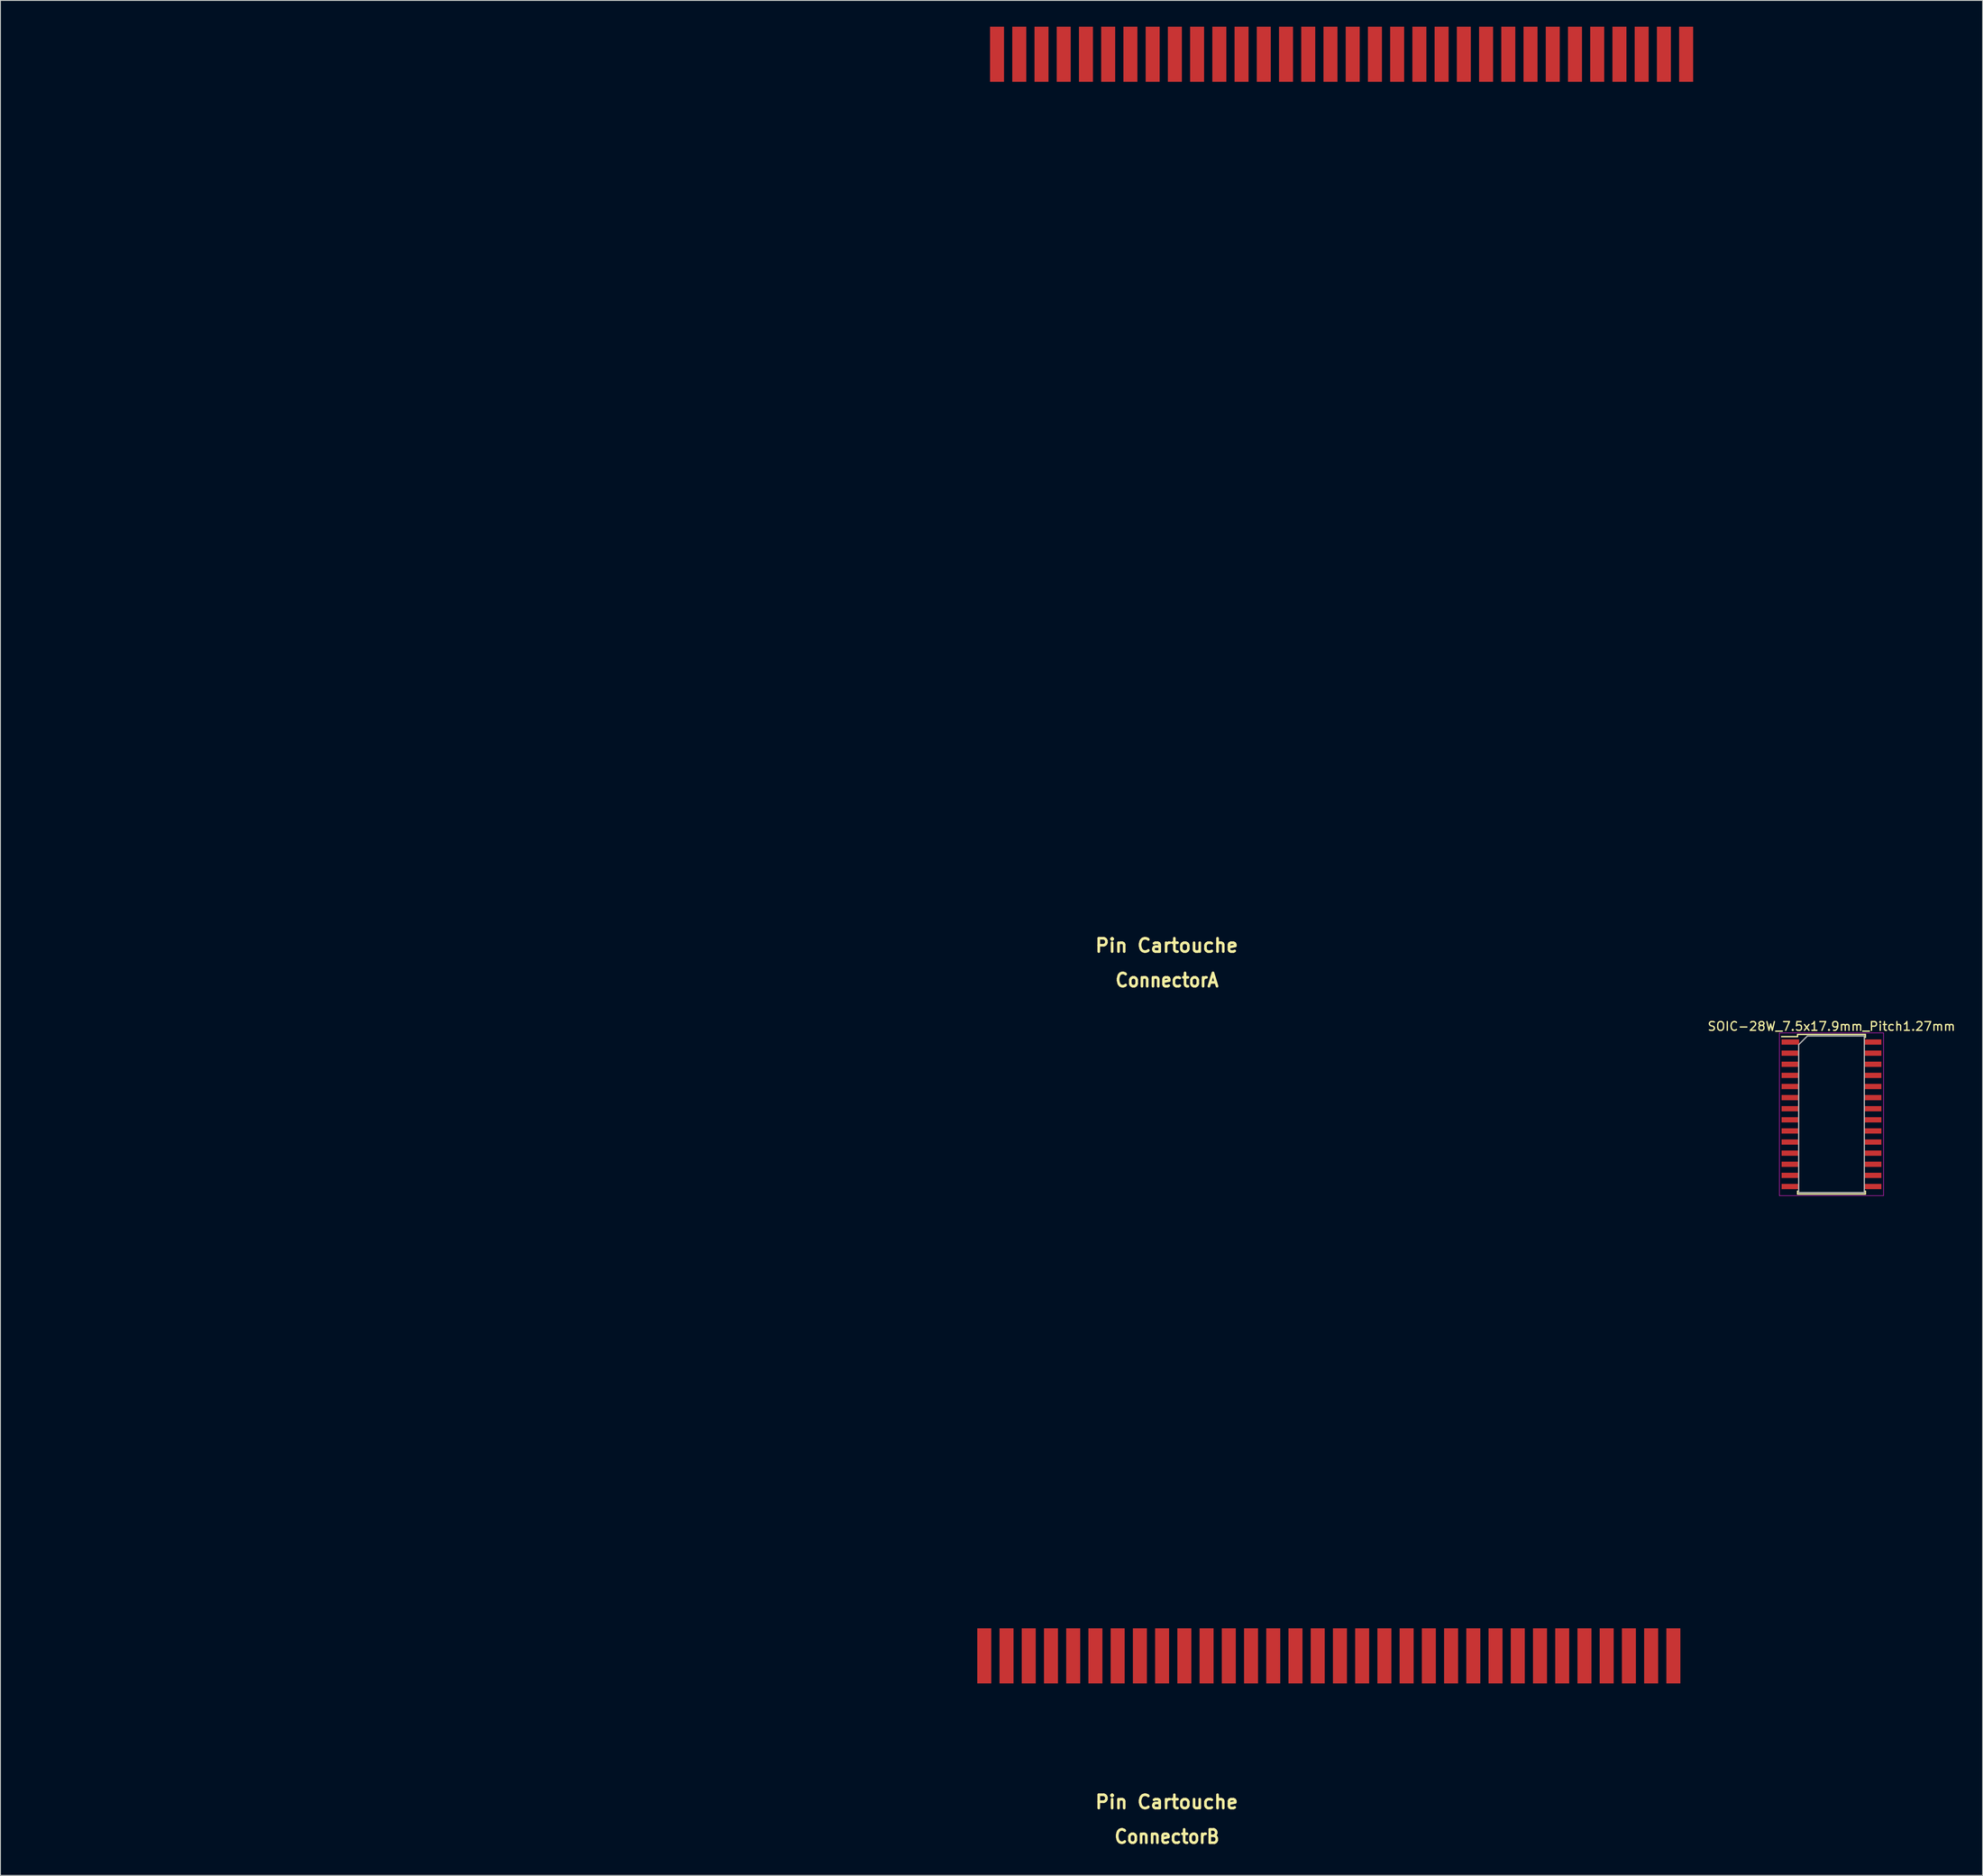
<source format=kicad_pcb>
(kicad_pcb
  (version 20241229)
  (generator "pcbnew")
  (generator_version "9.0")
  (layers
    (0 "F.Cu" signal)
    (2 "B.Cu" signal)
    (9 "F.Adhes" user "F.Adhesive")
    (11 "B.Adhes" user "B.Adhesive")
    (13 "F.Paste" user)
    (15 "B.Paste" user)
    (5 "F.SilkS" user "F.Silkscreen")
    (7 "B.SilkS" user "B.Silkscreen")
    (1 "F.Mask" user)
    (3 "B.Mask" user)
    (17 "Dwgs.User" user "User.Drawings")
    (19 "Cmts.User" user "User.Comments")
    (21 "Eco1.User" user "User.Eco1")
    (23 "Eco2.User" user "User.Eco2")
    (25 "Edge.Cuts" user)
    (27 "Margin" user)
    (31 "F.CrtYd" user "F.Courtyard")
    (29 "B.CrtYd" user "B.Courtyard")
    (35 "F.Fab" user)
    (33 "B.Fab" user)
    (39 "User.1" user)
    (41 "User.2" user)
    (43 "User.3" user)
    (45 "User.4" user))
  (footprint "ConnectorB"
    (layer "F.Cu")
    (at 0.25 113.663)
    (property "Reference" "ConnectorB" (at 130.048 93.218 0) (layer "F.SilkS") (effects (font (size 1.524 1.397) (thickness 0.305))))
    (attr smd)
    (fp_text user "Pin Cartouche" (at 130.02 89.258 0) (layer "F.SilkS") (effects (font (size 1.524 1.524) (thickness 0.305))))
    (pad "1" smd rect (at 109.172 72.55) (size 1.6 6.299) (layers "F.Cu" "F.Mask" "F.Paste"))
    (pad "2" smd rect (at 111.712 72.55) (size 1.6 6.299) (layers "F.Cu" "F.Mask" "F.Paste"))
    (pad "3" smd rect (at 114.252 72.55) (size 1.6 6.299) (layers "F.Cu" "F.Mask" "F.Paste"))
    (pad "4" smd rect (at 116.792 72.55) (size 1.6 6.299) (layers "F.Cu" "F.Mask" "F.Paste"))
    (pad "5" smd rect (at 119.332 72.55) (size 1.6 6.299) (layers "F.Cu" "F.Mask" "F.Paste"))
    (pad "6" smd rect (at 121.872 72.55) (size 1.6 6.299) (layers "F.Cu" "F.Mask" "F.Paste"))
    (pad "7" smd rect (at 124.412 72.55) (size 1.6 6.299) (layers "F.Cu" "F.Mask" "F.Paste"))
    (pad "8" smd rect (at 126.952 72.55) (size 1.6 6.299) (layers "F.Cu" "F.Mask" "F.Paste"))
    (pad "9" smd rect (at 129.492 72.55) (size 1.6 6.299) (layers "F.Cu" "F.Mask" "F.Paste"))
    (pad "10" smd rect (at 132.032 72.55) (size 1.6 6.299) (layers "F.Cu" "F.Mask" "F.Paste"))
    (pad "11" smd rect (at 134.572 72.55) (size 1.6 6.299) (layers "F.Cu" "F.Mask" "F.Paste"))
    (pad "12" smd rect (at 137.112 72.55) (size 1.6 6.299) (layers "F.Cu" "F.Mask" "F.Paste"))
    (pad "13" smd rect (at 139.652 72.55) (size 1.6 6.299) (layers "F.Cu" "F.Mask" "F.Paste"))
    (pad "14" smd rect (at 142.192 72.55) (size 1.6 6.299) (layers "F.Cu" "F.Mask" "F.Paste"))
    (pad "15" smd rect (at 144.732 72.55) (size 1.6 6.299) (layers "F.Cu" "F.Mask" "F.Paste"))
    (pad "16" smd rect (at 147.272 72.55) (size 1.6 6.299) (layers "F.Cu" "F.Mask" "F.Paste"))
    (pad "17" smd rect (at 149.812 72.55) (size 1.6 6.299) (layers "F.Cu" "F.Mask" "F.Paste"))
    (pad "18" smd rect (at 152.352 72.55) (size 1.6 6.299) (layers "F.Cu" "F.Mask" "F.Paste"))
    (pad "19" smd rect (at 154.892 72.55) (size 1.6 6.299) (layers "F.Cu" "F.Mask" "F.Paste"))
    (pad "20" smd rect (at 157.432 72.55) (size 1.6 6.299) (layers "F.Cu" "F.Mask" "F.Paste"))
    (pad "21" smd rect (at 159.972 72.55) (size 1.6 6.299) (layers "F.Cu" "F.Mask" "F.Paste"))
    (pad "22" smd rect (at 162.512 72.55) (size 1.6 6.299) (layers "F.Cu" "F.Mask" "F.Paste"))
    (pad "23" smd rect (at 165.052 72.55) (size 1.6 6.299) (layers "F.Cu" "F.Mask" "F.Paste"))
    (pad "24" smd rect (at 167.592 72.55) (size 1.6 6.299) (layers "F.Cu" "F.Mask" "F.Paste"))
    (pad "25" smd rect (at 170.132 72.55) (size 1.6 6.299) (layers "F.Cu" "F.Mask" "F.Paste"))
    (pad "26" smd rect (at 172.672 72.55) (size 1.6 6.299) (layers "F.Cu" "F.Mask" "F.Paste"))
    (pad "27" smd rect (at 175.212 72.55) (size 1.6 6.299) (layers "F.Cu" "F.Mask" "F.Paste"))
    (pad "28" smd rect (at 177.752 72.55) (size 1.6 6.299) (layers "F.Cu" "F.Mask" "F.Paste"))
    (pad "29" smd rect (at 180.292 72.55) (size 1.6 6.299) (layers "F.Cu" "F.Mask" "F.Paste"))
    (pad "30" smd rect (at 182.832 72.55) (size 1.6 6.299) (layers "F.Cu" "F.Mask" "F.Paste"))
    (pad "31" smd rect (at 185.372 72.55) (size 1.6 6.299) (layers "F.Cu" "F.Mask" "F.Paste"))
    (pad "32" smd rect (at 187.912 72.55) (size 1.6 6.299) (layers "F.Cu" "F.Mask" "F.Paste")))
  (footprint "ConnectorA"
    (layer "F.Cu")
    (at 0.25 15.768)
    (property "Reference" "ConnectorA" (at 130.048 93.218 0) (layer "F.SilkS") (effects (font (size 1.524 1.397) (thickness 0.305))))
    (attr smd)
    (fp_text user "Pin Cartouche" (at 130.02 89.258 0) (layer "F.SilkS") (effects (font (size 1.524 1.524) (thickness 0.305))))
    (pad "1" smd rect (at 110.63 -12.619) (size 1.6 6.299) (layers "F.Cu" "F.Mask" "F.Paste"))
    (pad "2" smd rect (at 113.17 -12.619) (size 1.6 6.299) (layers "F.Cu" "F.Mask" "F.Paste"))
    (pad "3" smd rect (at 115.71 -12.619) (size 1.6 6.299) (layers "F.Cu" "F.Mask" "F.Paste"))
    (pad "4" smd rect (at 118.25 -12.619) (size 1.6 6.299) (layers "F.Cu" "F.Mask" "F.Paste"))
    (pad "5" smd rect (at 120.79 -12.619) (size 1.6 6.299) (layers "F.Cu" "F.Mask" "F.Paste"))
    (pad "6" smd rect (at 123.33 -12.619) (size 1.6 6.299) (layers "F.Cu" "F.Mask" "F.Paste"))
    (pad "7" smd rect (at 125.87 -12.619) (size 1.6 6.299) (layers "F.Cu" "F.Mask" "F.Paste"))
    (pad "8" smd rect (at 128.41 -12.619) (size 1.6 6.299) (layers "F.Cu" "F.Mask" "F.Paste"))
    (pad "9" smd rect (at 130.95 -12.619) (size 1.6 6.299) (layers "F.Cu" "F.Mask" "F.Paste"))
    (pad "10" smd rect (at 133.49 -12.619) (size 1.6 6.299) (layers "F.Cu" "F.Mask" "F.Paste"))
    (pad "11" smd rect (at 136.03 -12.619) (size 1.6 6.299) (layers "F.Cu" "F.Mask" "F.Paste"))
    (pad "12" smd rect (at 138.57 -12.619) (size 1.6 6.299) (layers "F.Cu" "F.Mask" "F.Paste"))
    (pad "13" smd rect (at 141.11 -12.619) (size 1.6 6.299) (layers "F.Cu" "F.Mask" "F.Paste"))
    (pad "14" smd rect (at 143.65 -12.619) (size 1.6 6.299) (layers "F.Cu" "F.Mask" "F.Paste"))
    (pad "15" smd rect (at 146.19 -12.619) (size 1.6 6.299) (layers "F.Cu" "F.Mask" "F.Paste"))
    (pad "16" smd rect (at 148.73 -12.619) (size 1.6 6.299) (layers "F.Cu" "F.Mask" "F.Paste"))
    (pad "17" smd rect (at 151.27 -12.619) (size 1.6 6.299) (layers "F.Cu" "F.Mask" "F.Paste"))
    (pad "18" smd rect (at 153.81 -12.619) (size 1.6 6.299) (layers "F.Cu" "F.Mask" "F.Paste"))
    (pad "19" smd rect (at 156.35 -12.619) (size 1.6 6.299) (layers "F.Cu" "F.Mask" "F.Paste"))
    (pad "20" smd rect (at 158.89 -12.619) (size 1.6 6.299) (layers "F.Cu" "F.Mask" "F.Paste"))
    (pad "21" smd rect (at 161.43 -12.619) (size 1.6 6.299) (layers "F.Cu" "F.Mask" "F.Paste"))
    (pad "22" smd rect (at 163.97 -12.619) (size 1.6 6.299) (layers "F.Cu" "F.Mask" "F.Paste"))
    (pad "23" smd rect (at 166.51 -12.619) (size 1.6 6.299) (layers "F.Cu" "F.Mask" "F.Paste"))
    (pad "24" smd rect (at 169.05 -12.619) (size 1.6 6.299) (layers "F.Cu" "F.Mask" "F.Paste"))
    (pad "25" smd rect (at 171.59 -12.619) (size 1.6 6.299) (layers "F.Cu" "F.Mask" "F.Paste"))
    (pad "26" smd rect (at 174.13 -12.619) (size 1.6 6.299) (layers "F.Cu" "F.Mask" "F.Paste"))
    (pad "27" smd rect (at 176.67 -12.619) (size 1.6 6.299) (layers "F.Cu" "F.Mask" "F.Paste"))
    (pad "28" smd rect (at 179.21 -12.619) (size 1.6 6.299) (layers "F.Cu" "F.Mask" "F.Paste"))
    (pad "29" smd rect (at 181.75 -12.619) (size 1.6 6.299) (layers "F.Cu" "F.Mask" "F.Paste"))
    (pad "30" smd rect (at 184.29 -12.619) (size 1.6 6.299) (layers "F.Cu" "F.Mask" "F.Paste"))
    (pad "31" smd rect (at 186.83 -12.619) (size 1.6 6.299) (layers "F.Cu" "F.Mask" "F.Paste"))
    (pad "32" smd rect (at 189.37 -12.619) (size 1.6 6.299) (layers "F.Cu" "F.Mask" "F.Paste")))
  (footprint "SOIC-28W_7.5x17.9mm_Pitch1.27mm"
    (layer "F.Cu")
    (at 206.23 124.311)
    (property "Reference" "SOIC-28W_7.5x17.9mm_Pitch1.27mm" (at 0 -10.05 0) (layer "F.SilkS") (effects (font (size 1 1) (thickness 0.15))))
    (attr smd)
    (fp_line (start -3.875 -9.125) (end -3.875 -8.875) (stroke (width 0.15) (type solid)) (layer "F.SilkS"))
    (fp_line (start -3.875 -9.125) (end 3.875 -9.125) (stroke (width 0.15) (type solid)) (layer "F.SilkS"))
    (fp_line (start -3.875 -8.875) (end -5.7 -8.875) (stroke (width 0.15) (type solid)) (layer "F.SilkS"))
    (fp_line (start -3.875 9.125) (end -3.875 8.78) (stroke (width 0.15) (type solid)) (layer "F.SilkS"))
    (fp_line (start -3.875 9.125) (end 3.875 9.125) (stroke (width 0.15) (type solid)) (layer "F.SilkS"))
    (fp_line (start 3.875 -9.125) (end 3.875 -8.78) (stroke (width 0.15) (type solid)) (layer "F.SilkS"))
    (fp_line (start 3.875 9.125) (end 3.875 8.78) (stroke (width 0.15) (type solid)) (layer "F.SilkS"))
    (fp_line (start -5.95 -9.3) (end -5.95 9.3) (stroke (width 0.05) (type solid)) (layer "F.CrtYd"))
    (fp_line (start -5.95 -9.3) (end 5.95 -9.3) (stroke (width 0.05) (type solid)) (layer "F.CrtYd"))
    (fp_line (start -5.95 9.3) (end 5.95 9.3) (stroke (width 0.05) (type solid)) (layer "F.CrtYd"))
    (fp_line (start 5.95 -9.3) (end 5.95 9.3) (stroke (width 0.05) (type solid)) (layer "F.CrtYd"))
    (fp_line (start -3.75 -7.95) (end -2.75 -8.95) (stroke (width 0.15) (type solid)) (layer "F.Fab"))
    (fp_line (start -3.75 8.95) (end -3.75 -7.95) (stroke (width 0.15) (type solid)) (layer "F.Fab"))
    (fp_line (start -2.75 -8.95) (end 3.75 -8.95) (stroke (width 0.15) (type solid)) (layer "F.Fab"))
    (fp_line (start 3.75 -8.95) (end 3.75 8.95) (stroke (width 0.15) (type solid)) (layer "F.Fab"))
    (fp_line (start 3.75 8.95) (end -3.75 8.95) (stroke (width 0.15) (type solid)) (layer "F.Fab"))
    (pad "1" smd rect (at -4.7 -8.255) (size 2 0.6) (layers "F.Cu" "F.Mask" "F.Paste"))
    (pad "2" smd rect (at -4.7 -6.985) (size 2 0.6) (layers "F.Cu" "F.Mask" "F.Paste"))
    (pad "3" smd rect (at -4.7 -5.715) (size 2 0.6) (layers "F.Cu" "F.Mask" "F.Paste"))
    (pad "4" smd rect (at -4.7 -4.445) (size 2 0.6) (layers "F.Cu" "F.Mask" "F.Paste"))
    (pad "5" smd rect (at -4.7 -3.175) (size 2 0.6) (layers "F.Cu" "F.Mask" "F.Paste"))
    (pad "6" smd rect (at -4.7 -1.905) (size 2 0.6) (layers "F.Cu" "F.Mask" "F.Paste"))
    (pad "7" smd rect (at -4.7 -0.635) (size 2 0.6) (layers "F.Cu" "F.Mask" "F.Paste"))
    (pad "8" smd rect (at -4.7 0.635) (size 2 0.6) (layers "F.Cu" "F.Mask" "F.Paste"))
    (pad "9" smd rect (at -4.7 1.905) (size 2 0.6) (layers "F.Cu" "F.Mask" "F.Paste"))
    (pad "10" smd rect (at -4.7 3.175) (size 2 0.6) (layers "F.Cu" "F.Mask" "F.Paste"))
    (pad "11" smd rect (at -4.7 4.445) (size 2 0.6) (layers "F.Cu" "F.Mask" "F.Paste"))
    (pad "12" smd rect (at -4.7 5.715) (size 2 0.6) (layers "F.Cu" "F.Mask" "F.Paste"))
    (pad "13" smd rect (at -4.7 6.985) (size 2 0.6) (layers "F.Cu" "F.Mask" "F.Paste"))
    (pad "14" smd rect (at -4.7 8.255) (size 2 0.6) (layers "F.Cu" "F.Mask" "F.Paste"))
    (pad "15" smd rect (at 4.7 8.255) (size 2 0.6) (layers "F.Cu" "F.Mask" "F.Paste"))
    (pad "16" smd rect (at 4.7 6.985) (size 2 0.6) (layers "F.Cu" "F.Mask" "F.Paste"))
    (pad "17" smd rect (at 4.7 5.715) (size 2 0.6) (layers "F.Cu" "F.Mask" "F.Paste"))
    (pad "18" smd rect (at 4.7 4.445) (size 2 0.6) (layers "F.Cu" "F.Mask" "F.Paste"))
    (pad "19" smd rect (at 4.7 3.175) (size 2 0.6) (layers "F.Cu" "F.Mask" "F.Paste"))
    (pad "20" smd rect (at 4.7 1.905) (size 2 0.6) (layers "F.Cu" "F.Mask" "F.Paste"))
    (pad "21" smd rect (at 4.7 0.635) (size 2 0.6) (layers "F.Cu" "F.Mask" "F.Paste"))
    (pad "22" smd rect (at 4.7 -0.635) (size 2 0.6) (layers "F.Cu" "F.Mask" "F.Paste"))
    (pad "23" smd rect (at 4.7 -1.905) (size 2 0.6) (layers "F.Cu" "F.Mask" "F.Paste"))
    (pad "24" smd rect (at 4.7 -3.175) (size 2 0.6) (layers "F.Cu" "F.Mask" "F.Paste"))
    (pad "25" smd rect (at 4.7 -4.445) (size 2 0.6) (layers "F.Cu" "F.Mask" "F.Paste"))
    (pad "26" smd rect (at 4.7 -5.715) (size 2 0.6) (layers "F.Cu" "F.Mask" "F.Paste"))
    (pad "27" smd rect (at 4.7 -6.985) (size 2 0.6) (layers "F.Cu" "F.Mask" "F.Paste"))
    (pad "28" smd rect (at 4.7 -8.255) (size 2 0.6) (layers "F.Cu" "F.Mask" "F.Paste")))
  (gr_rect
    (start -3 -3)
    (end 223.498 211.307)
    (stroke (width 0.1) (type default))
    (fill no)
    (layer "Edge.Cuts")))
</source>
